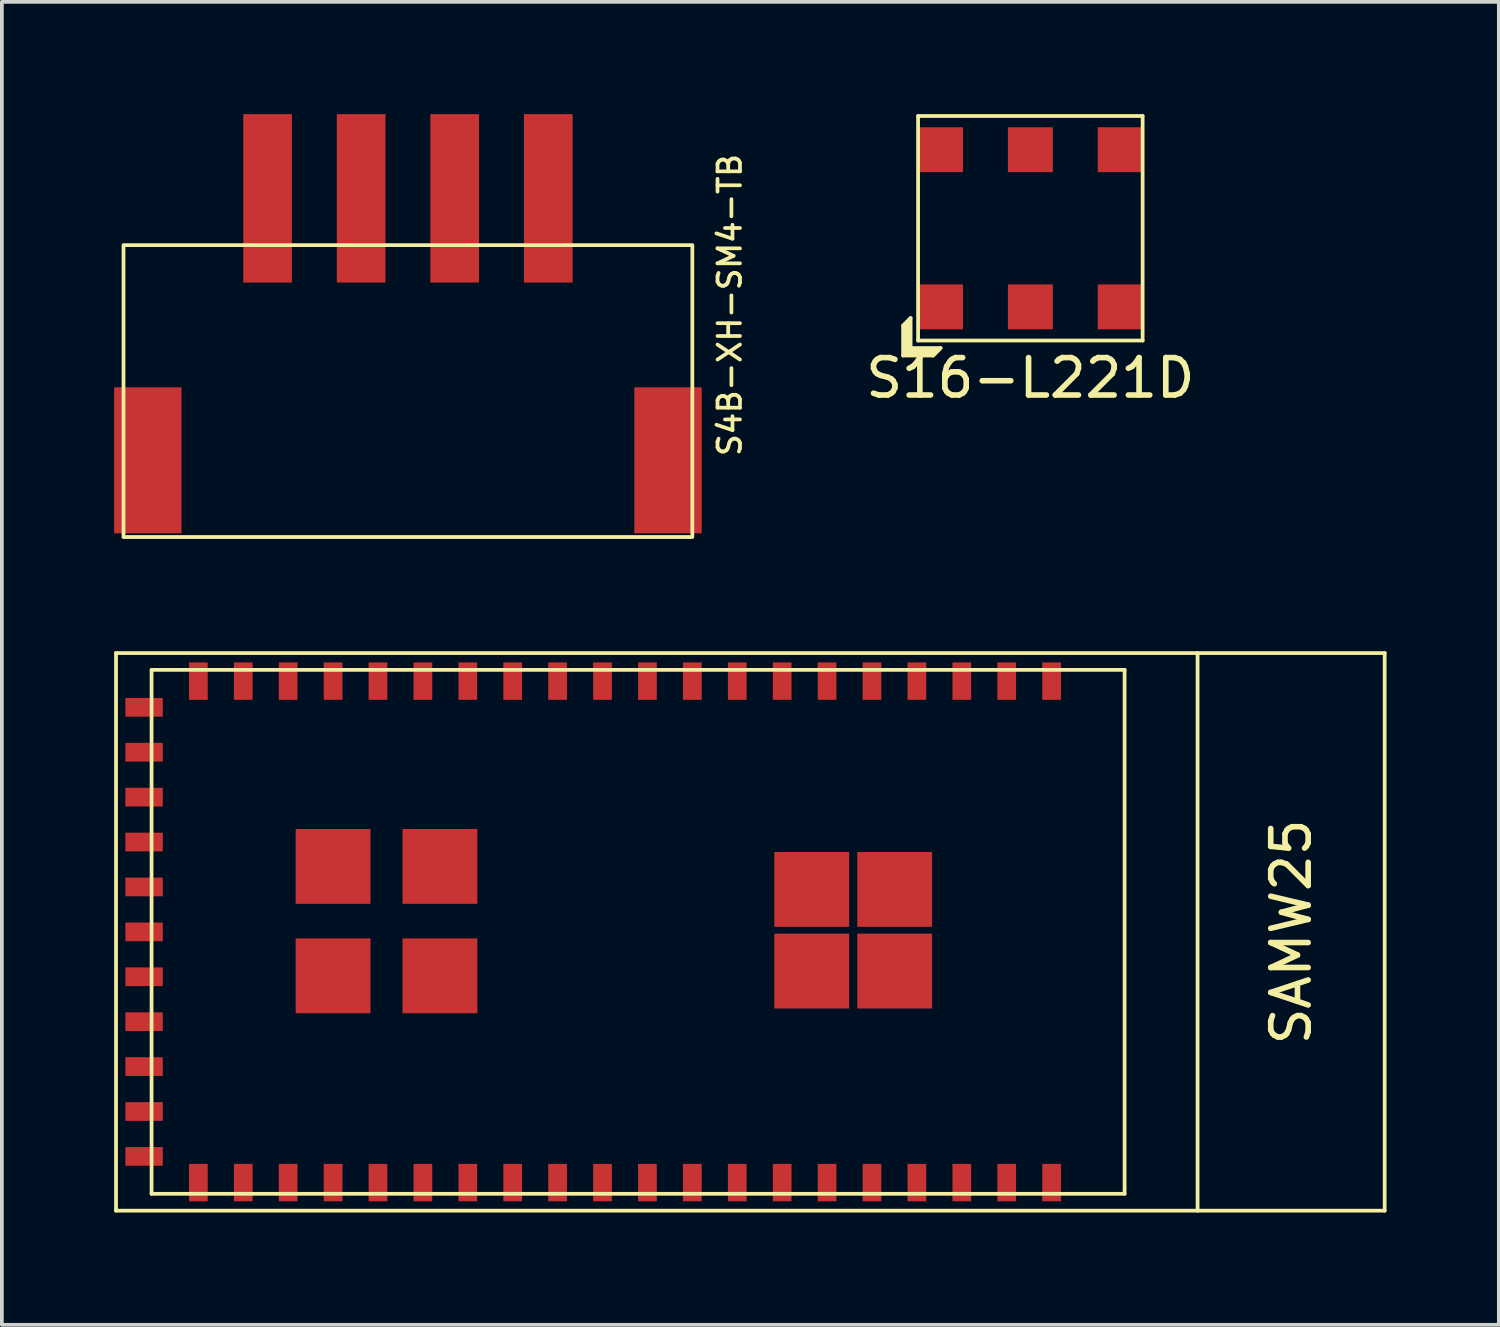
<source format=kicad_pcb>
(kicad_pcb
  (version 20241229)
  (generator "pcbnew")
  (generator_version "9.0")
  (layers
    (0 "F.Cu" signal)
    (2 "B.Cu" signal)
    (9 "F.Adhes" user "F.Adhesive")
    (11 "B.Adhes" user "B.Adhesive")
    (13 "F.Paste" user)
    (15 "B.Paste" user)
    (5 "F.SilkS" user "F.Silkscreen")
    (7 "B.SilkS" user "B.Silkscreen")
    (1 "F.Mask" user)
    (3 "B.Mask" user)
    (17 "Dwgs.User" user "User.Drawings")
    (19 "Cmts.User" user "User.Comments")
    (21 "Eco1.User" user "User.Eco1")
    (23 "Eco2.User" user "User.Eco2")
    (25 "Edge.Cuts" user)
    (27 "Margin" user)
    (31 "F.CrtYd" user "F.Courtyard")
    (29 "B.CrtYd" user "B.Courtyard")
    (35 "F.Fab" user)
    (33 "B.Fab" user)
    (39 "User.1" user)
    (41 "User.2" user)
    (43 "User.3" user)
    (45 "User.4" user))
  (footprint "S4B-XH-SM4-TB"
    (layer "F.Cu")
    (at 7.85 4.5)
    (property "Reference" "S4B-XH-SM4-TB" (at 8.6 0.6 90) (unlocked yes) (layer "F.SilkS") (effects (font (size 0.6 0.6) (thickness 0.1))))
    (attr smd)
    (fp_rect (start -7.6 -1) (end 7.6 6.8) (stroke (width 0.1) (type default)) (fill no) (layer "F.SilkS"))
    (pad "" smd rect (at -6.95 4.75 180) (size 1.8 3.9) (layers "F.Cu" "F.Mask" "F.Paste"))
    (pad "" smd rect (at 6.95 4.75 180) (size 1.8 3.9) (layers "F.Cu" "F.Mask" "F.Paste"))
    (pad "1" smd rect (at -3.75 -2.25) (size 1.3 4.5) (layers "F.Cu" "F.Mask" "F.Paste"))
    (pad "2" smd rect (at -1.25 -2.25) (size 1.3 4.5) (layers "F.Cu" "F.Mask" "F.Paste"))
    (pad "3" smd rect (at 1.25 -2.25) (size 1.3 4.5) (layers "F.Cu" "F.Mask" "F.Paste"))
    (pad "4" smd rect (at 3.75 -2.25) (size 1.3 4.5) (layers "F.Cu" "F.Mask" "F.Paste")))
  (footprint "S16-L221D"
    (layer "F.Cu")
    (at 24.482 3.05)
    (property "Reference" "S16-L221D" (at 0 4 0) (layer "F.SilkS") (effects (font (size 1 1) (thickness 0.15))))
    (attr through_hole)
    (fp_line (start -3.4 2.6) (end -3.2 2.4) (stroke (width 0.1) (type solid)) (layer "F.SilkS"))
    (fp_line (start -3.4 3.4) (end -3.4 2.6) (stroke (width 0.1) (type solid)) (layer "F.SilkS"))
    (fp_line (start -3.35 2.55) (end -3.35 3.35) (stroke (width 0.1) (type solid)) (layer "F.SilkS"))
    (fp_line (start -3.35 3.35) (end -2.55 3.35) (stroke (width 0.1) (type solid)) (layer "F.SilkS"))
    (fp_line (start -3.3 2.5) (end -3.3 3.3) (stroke (width 0.1) (type solid)) (layer "F.SilkS"))
    (fp_line (start -3.3 3.3) (end -2.5 3.3) (stroke (width 0.1) (type solid)) (layer "F.SilkS"))
    (fp_line (start -3.25 2.45) (end -3.25 3.25) (stroke (width 0.1) (type solid)) (layer "F.SilkS"))
    (fp_line (start -3.25 3.25) (end -2.45 3.25) (stroke (width 0.1) (type solid)) (layer "F.SilkS"))
    (fp_line (start -3.2 2.4) (end -3.2 3.2) (stroke (width 0.1) (type solid)) (layer "F.SilkS"))
    (fp_line (start -3.2 3.2) (end -2.4 3.2) (stroke (width 0.1) (type solid)) (layer "F.SilkS"))
    (fp_line (start -3 -3) (end 3 -3) (stroke (width 0.1) (type solid)) (layer "F.SilkS"))
    (fp_line (start -3 3) (end -3 -3) (stroke (width 0.1) (type solid)) (layer "F.SilkS"))
    (fp_line (start -2.6 3.4) (end -3.4 3.4) (stroke (width 0.1) (type solid)) (layer "F.SilkS"))
    (fp_line (start -2.4 3.2) (end -2.6 3.4) (stroke (width 0.1) (type solid)) (layer "F.SilkS"))
    (fp_line (start 3 -3) (end 3 3) (stroke (width 0.1) (type solid)) (layer "F.SilkS"))
    (fp_line (start 3 3) (end -3 3) (stroke (width 0.1) (type solid)) (layer "F.SilkS"))
    (pad "1" smd rect (at -2.4 2.1) (size 1.2 1.2) (layers "F.Cu" "F.Mask" "F.Paste"))
    (pad "2" smd rect (at 0 2.1) (size 1.2 1.2) (layers "F.Cu" "F.Mask" "F.Paste"))
    (pad "3" smd rect (at 2.4 2.1) (size 1.2 1.2) (layers "F.Cu" "F.Mask" "F.Paste"))
    (pad "4" smd rect (at 2.4 -2.1) (size 1.2 1.2) (layers "F.Cu" "F.Mask" "F.Paste"))
    (pad "5" smd rect (at 0 -2.1) (size 1.2 1.2) (layers "F.Cu" "F.Mask" "F.Paste"))
    (pad "6" smd rect (at -2.4 -2.1) (size 1.2 1.2) (layers "F.Cu" "F.Mask" "F.Paste")))
  (footprint "SAMW25"
    (layer "F.Cu")
    (at 16.5 21.85)
    (property "Reference" "SAMW25" (at 14.95 0 270) (layer "F.SilkS") (effects (font (size 1 1) (thickness 0.15))))
    (attr through_hole)
    (fp_line (start -16.45 -7.45) (end 17.45 -7.45) (stroke (width 0.1) (type solid)) (layer "F.SilkS"))
    (fp_line (start -16.45 7.45) (end -16.45 -7.45) (stroke (width 0.1) (type solid)) (layer "F.SilkS"))
    (fp_line (start -16.45 7.45) (end 17.45 7.45) (stroke (width 0.1) (type solid)) (layer "F.SilkS"))
    (fp_line (start -15.5 -7) (end -15.5 7) (stroke (width 0.1) (type solid)) (layer "F.SilkS"))
    (fp_line (start -15.5 -7) (end 10.5 -7) (stroke (width 0.1) (type solid)) (layer "F.SilkS"))
    (fp_line (start 10.5 -7) (end 10.5 7) (stroke (width 0.1) (type solid)) (layer "F.SilkS"))
    (fp_line (start 10.5 7) (end -15.5 7) (stroke (width 0.1) (type solid)) (layer "F.SilkS"))
    (fp_line (start 12.45 -7.45) (end 12.45 7.45) (stroke (width 0.1) (type solid)) (layer "F.SilkS"))
    (fp_line (start 17.45 -7.45) (end 17.45 7.45) (stroke (width 0.1) (type solid)) (layer "F.SilkS"))
    (pad "1" smd rect (at -10.65 -1.749) (size 2 2) (layers "F.Cu" "F.Mask" "F.Paste"))
    (pad "1" smd rect (at -10.65 1.175) (size 2 2) (layers "F.Cu" "F.Mask" "F.Paste"))
    (pad "1" smd rect (at -7.795 -1.749) (size 2 2) (layers "F.Cu" "F.Mask" "F.Paste"))
    (pad "1" smd rect (at -7.795 1.175) (size 2 2) (layers "F.Cu" "F.Mask" "F.Paste"))
    (pad "1" smd rect (at 2.14 -1.134) (size 2 2) (layers "F.Cu" "F.Mask" "F.Paste"))
    (pad "1" smd rect (at 2.14 1.048) (size 2 2) (layers "F.Cu" "F.Mask" "F.Paste"))
    (pad "1" smd rect (at 4.357 -1.134) (size 2 2) (layers "F.Cu" "F.Mask" "F.Paste"))
    (pad "1" smd rect (at 4.357 1.048) (size 2 2) (layers "F.Cu" "F.Mask" "F.Paste"))
    (pad "1" smd rect (at 8.55 -6.7) (size 0.5 1) (layers "F.Cu" "F.Mask" "F.Paste"))
    (pad "2" smd rect (at 7.35 -6.7) (size 0.5 1) (layers "F.Cu" "F.Mask" "F.Paste"))
    (pad "3" smd rect (at 6.15 -6.7) (size 0.5 1) (layers "F.Cu" "F.Mask" "F.Paste"))
    (pad "4" smd rect (at 4.95 -6.7) (size 0.5 1) (layers "F.Cu" "F.Mask" "F.Paste"))
    (pad "5" smd rect (at 3.75 -6.7) (size 0.5 1) (layers "F.Cu" "F.Mask" "F.Paste"))
    (pad "6" smd rect (at 2.55 -6.7) (size 0.5 1) (layers "F.Cu" "F.Mask" "F.Paste"))
    (pad "7" smd rect (at 1.35 -6.7) (size 0.5 1) (layers "F.Cu" "F.Mask" "F.Paste"))
    (pad "8" smd rect (at 0.15 -6.7) (size 0.5 1) (layers "F.Cu" "F.Mask" "F.Paste"))
    (pad "9" smd rect (at -1.05 -6.7) (size 0.5 1) (layers "F.Cu" "F.Mask" "F.Paste"))
    (pad "10" smd rect (at -2.25 -6.7) (size 0.5 1) (layers "F.Cu" "F.Mask" "F.Paste"))
    (pad "11" smd rect (at -3.45 -6.7) (size 0.5 1) (layers "F.Cu" "F.Mask" "F.Paste"))
    (pad "12" smd rect (at -4.65 -6.7) (size 0.5 1) (layers "F.Cu" "F.Mask" "F.Paste"))
    (pad "13" smd rect (at -5.85 -6.7) (size 0.5 1) (layers "F.Cu" "F.Mask" "F.Paste"))
    (pad "14" smd rect (at -7.05 -6.7) (size 0.5 1) (layers "F.Cu" "F.Mask" "F.Paste"))
    (pad "15" smd rect (at -8.25 -6.7) (size 0.5 1) (layers "F.Cu" "F.Mask" "F.Paste"))
    (pad "16" smd rect (at -9.45 -6.7) (size 0.5 1) (layers "F.Cu" "F.Mask" "F.Paste"))
    (pad "17" smd rect (at -10.65 -6.7) (size 0.5 1) (layers "F.Cu" "F.Mask" "F.Paste"))
    (pad "18" smd rect (at -11.85 -6.7) (size 0.5 1) (layers "F.Cu" "F.Mask" "F.Paste"))
    (pad "19" smd rect (at -13.05 -6.7) (size 0.5 1) (layers "F.Cu" "F.Mask" "F.Paste"))
    (pad "20" smd rect (at -14.25 -6.7) (size 0.5 1) (layers "F.Cu" "F.Mask" "F.Paste"))
    (pad "21" smd rect (at -15.7 -6 90) (size 0.5 1) (layers "F.Cu" "F.Mask" "F.Paste"))
    (pad "22" smd rect (at -15.7 -4.8 90) (size 0.5 1) (layers "F.Cu" "F.Mask" "F.Paste"))
    (pad "23" smd rect (at -15.7 -3.6 90) (size 0.5 1) (layers "F.Cu" "F.Mask" "F.Paste"))
    (pad "24" smd rect (at -15.7 -2.4 90) (size 0.5 1) (layers "F.Cu" "F.Mask" "F.Paste"))
    (pad "25" smd rect (at -15.7 -1.2 90) (size 0.5 1) (layers "F.Cu" "F.Mask" "F.Paste"))
    (pad "26" smd rect (at -15.7 0 90) (size 0.5 1) (layers "F.Cu" "F.Mask" "F.Paste"))
    (pad "27" smd rect (at -15.7 1.2 90) (size 0.5 1) (layers "F.Cu" "F.Mask" "F.Paste"))
    (pad "28" smd rect (at -15.7 2.4 90) (size 0.5 1) (layers "F.Cu" "F.Mask" "F.Paste"))
    (pad "29" smd rect (at -15.7 3.6 90) (size 0.5 1) (layers "F.Cu" "F.Mask" "F.Paste"))
    (pad "30" smd rect (at -15.7 4.8 90) (size 0.5 1) (layers "F.Cu" "F.Mask" "F.Paste"))
    (pad "31" smd rect (at -15.7 6 90) (size 0.5 1) (layers "F.Cu" "F.Mask" "F.Paste"))
    (pad "32" smd rect (at -14.25 6.7) (size 0.5 1) (layers "F.Cu" "F.Mask" "F.Paste"))
    (pad "33" smd rect (at -13.05 6.7) (size 0.5 1) (layers "F.Cu" "F.Mask" "F.Paste"))
    (pad "34" smd rect (at -11.85 6.7) (size 0.5 1) (layers "F.Cu" "F.Mask" "F.Paste"))
    (pad "35" smd rect (at -10.65 6.7) (size 0.5 1) (layers "F.Cu" "F.Mask" "F.Paste"))
    (pad "36" smd rect (at -9.45 6.7) (size 0.5 1) (layers "F.Cu" "F.Mask" "F.Paste"))
    (pad "37" smd rect (at -8.25 6.7) (size 0.5 1) (layers "F.Cu" "F.Mask" "F.Paste"))
    (pad "38" smd rect (at -7.05 6.7) (size 0.5 1) (layers "F.Cu" "F.Mask" "F.Paste"))
    (pad "39" smd rect (at -5.85 6.7) (size 0.5 1) (layers "F.Cu" "F.Mask" "F.Paste"))
    (pad "40" smd rect (at -4.65 6.7) (size 0.5 1) (layers "F.Cu" "F.Mask" "F.Paste"))
    (pad "41" smd rect (at -3.45 6.7) (size 0.5 1) (layers "F.Cu" "F.Mask" "F.Paste"))
    (pad "42" smd rect (at -2.25 6.7) (size 0.5 1) (layers "F.Cu" "F.Mask" "F.Paste"))
    (pad "43" smd rect (at -1.05 6.7) (size 0.5 1) (layers "F.Cu" "F.Mask" "F.Paste"))
    (pad "44" smd rect (at 0.15 6.7) (size 0.5 1) (layers "F.Cu" "F.Mask" "F.Paste"))
    (pad "45" smd rect (at 1.35 6.7) (size 0.5 1) (layers "F.Cu" "F.Mask" "F.Paste"))
    (pad "46" smd rect (at 2.55 6.7) (size 0.5 1) (layers "F.Cu" "F.Mask" "F.Paste"))
    (pad "47" smd rect (at 3.75 6.7) (size 0.5 1) (layers "F.Cu" "F.Mask" "F.Paste"))
    (pad "48" smd rect (at 4.95 6.7) (size 0.5 1) (layers "F.Cu" "F.Mask" "F.Paste"))
    (pad "49" smd rect (at 6.15 6.7) (size 0.5 1) (layers "F.Cu" "F.Mask" "F.Paste"))
    (pad "50" smd rect (at 7.35 6.7) (size 0.5 1) (layers "F.Cu" "F.Mask" "F.Paste"))
    (pad "51" smd rect (at 8.55 6.7) (size 0.5 1) (layers "F.Cu" "F.Mask" "F.Paste")))
  (gr_rect
    (start -3 -3)
    (end 37 32.35)
    (stroke (width 0.1) (type default))
    (fill no)
    (layer "Edge.Cuts")))
</source>
